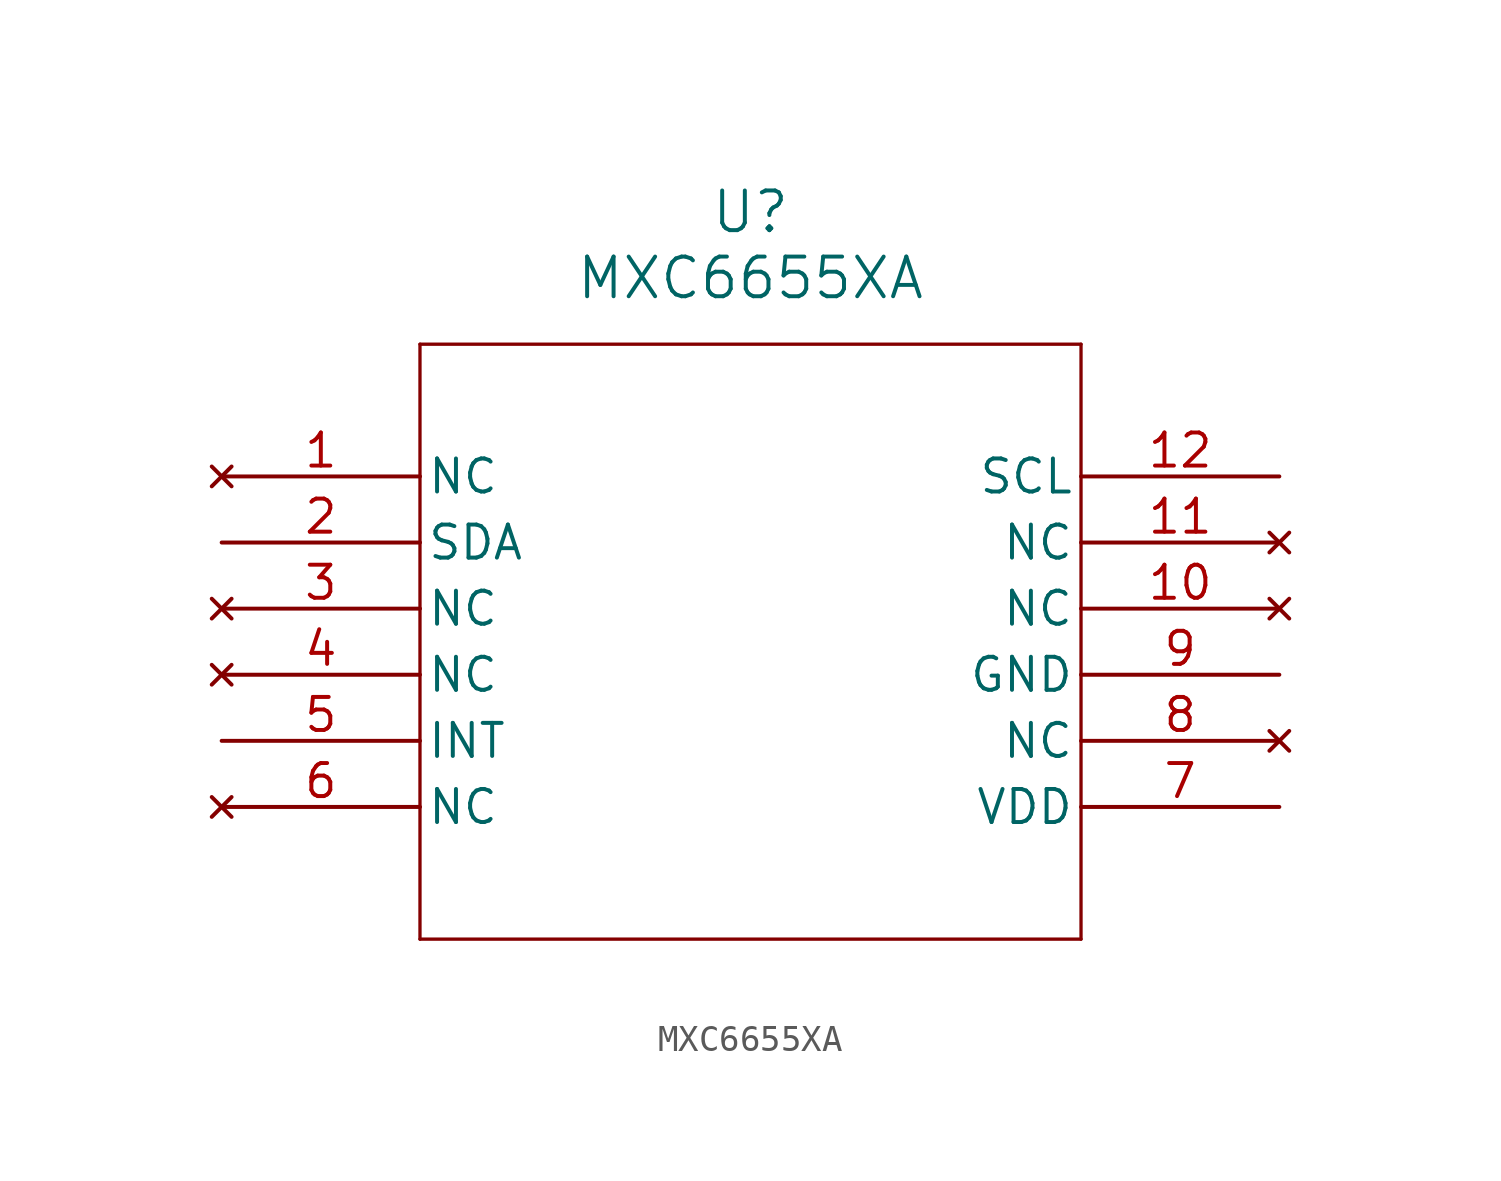
<source format=kicad_sym>
(kicad_symbol_lib
  (version 20211014)
  (generator kicad_symbol_editor)
  (symbol "MXC6655XA"
    (pin_names
      (offset 0.254))
    (property "Reference" "U"
      (at 20.32 10.16 0)
      (effects (font (size 1.524 1.524))))
    (property "Value" "MXC6655XA"
      (at 20.32 7.62 0)
      (effects (font (size 1.524 1.524))))
    (symbol "MXC6655XA_0_1"
      (polyline (pts (xy 7.62 5.08) (xy 7.62 -17.78)) (stroke (width 0.127) (type default) (color 0 0 0 0)) (fill (type none)))
      (polyline (pts (xy 7.62 -17.78) (xy 33.02 -17.78)) (stroke (width 0.127) (type default) (color 0 0 0 0)) (fill (type none)))
      (polyline (pts (xy 33.02 -17.78) (xy 33.02 5.08)) (stroke (width 0.127) (type default) (color 0 0 0 0)) (fill (type none)))
      (polyline (pts (xy 33.02 5.08) (xy 7.62 5.08)) (stroke (width 0.127) (type default) (color 0 0 0 0)) (fill (type none)))
      (pin no_connect line (at 0 0 0) (length 7.62) (name "NC" (effects (font (size 1.27 1.27)))) (number "1" (effects (font (size 1.27 1.27)))))
      (pin bidirectional line (at 0 -2.54 0) (length 7.62) (name "SDA" (effects (font (size 1.27 1.27)))) (number "2" (effects (font (size 1.27 1.27)))))
      (pin no_connect line (at 0 -5.08 0) (length 7.62) (name "NC" (effects (font (size 1.27 1.27)))) (number "3" (effects (font (size 1.27 1.27)))))
      (pin no_connect line (at 0 -7.62 0) (length 7.62) (name "NC" (effects (font (size 1.27 1.27)))) (number "4" (effects (font (size 1.27 1.27)))))
      (pin output line (at 0 -10.16 0) (length 7.62) (name "INT" (effects (font (size 1.27 1.27)))) (number "5" (effects (font (size 1.27 1.27)))))
      (pin no_connect line (at 0 -12.7 0) (length 7.62) (name "NC" (effects (font (size 1.27 1.27)))) (number "6" (effects (font (size 1.27 1.27)))))
      (pin power_in line (at 40.64 -12.7 180) (length 7.62) (name "VDD" (effects (font (size 1.27 1.27)))) (number "7" (effects (font (size 1.27 1.27)))))
      (pin no_connect line (at 40.64 -10.16 180) (length 7.62) (name "NC" (effects (font (size 1.27 1.27)))) (number "8" (effects (font (size 1.27 1.27)))))
      (pin power_out line (at 40.64 -7.62 180) (length 7.62) (name "GND" (effects (font (size 1.27 1.27)))) (number "9" (effects (font (size 1.27 1.27)))))
      (pin no_connect line (at 40.64 -5.08 180) (length 7.62) (name "NC" (effects (font (size 1.27 1.27)))) (number "10" (effects (font (size 1.27 1.27)))))
      (pin no_connect line (at 40.64 -2.54 180) (length 7.62) (name "NC" (effects (font (size 1.27 1.27)))) (number "11" (effects (font (size 1.27 1.27)))))
      (pin input line (at 40.64 0 180) (length 7.62) (name "SCL" (effects (font (size 1.27 1.27)))) (number "12" (effects (font (size 1.27 1.27))))))))
</source>
